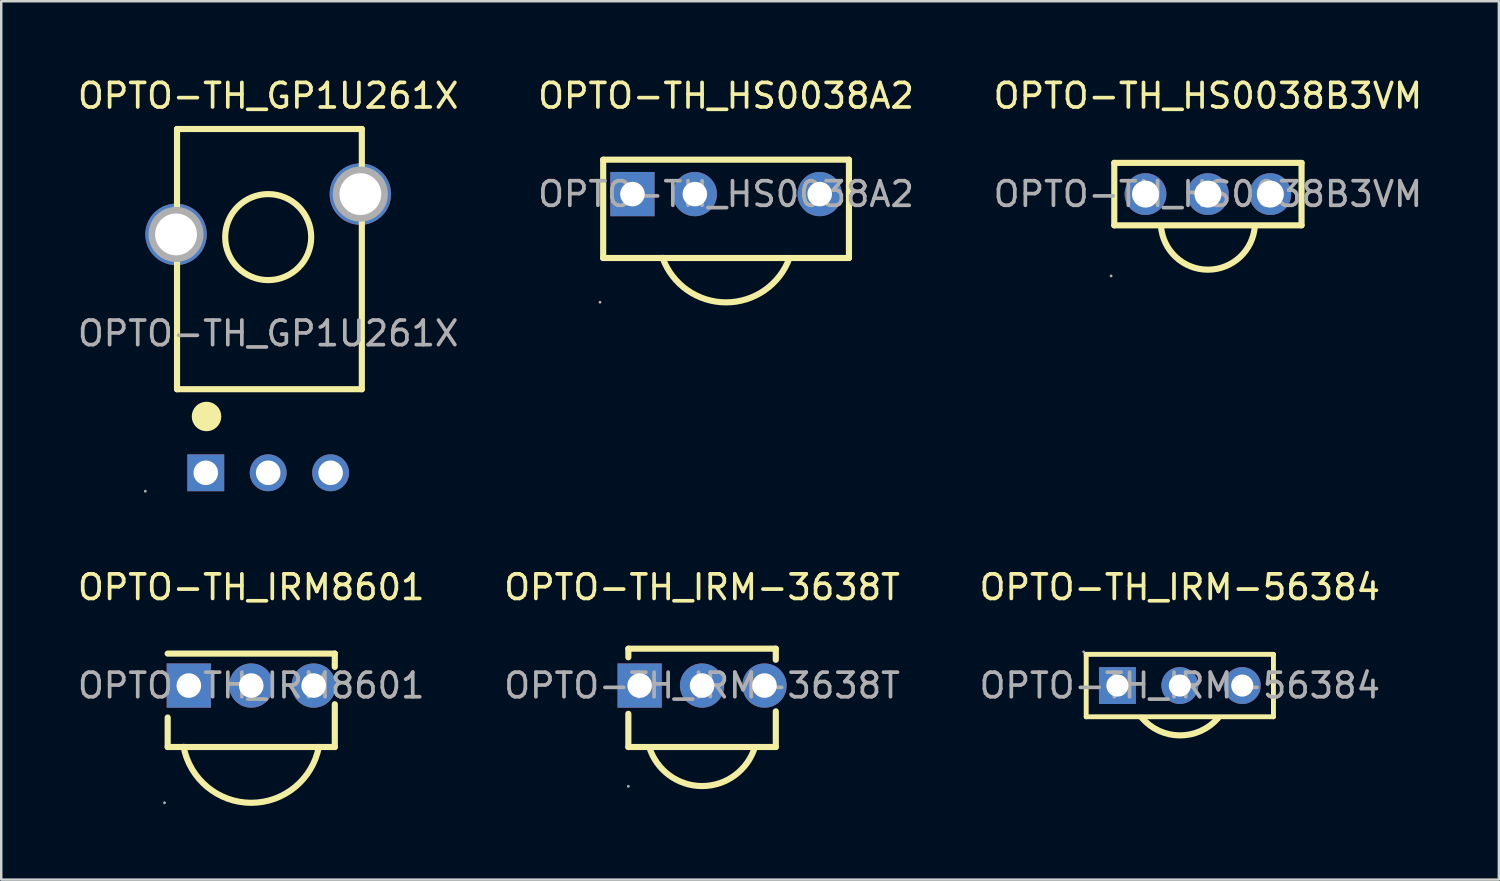
<source format=kicad_pcb>
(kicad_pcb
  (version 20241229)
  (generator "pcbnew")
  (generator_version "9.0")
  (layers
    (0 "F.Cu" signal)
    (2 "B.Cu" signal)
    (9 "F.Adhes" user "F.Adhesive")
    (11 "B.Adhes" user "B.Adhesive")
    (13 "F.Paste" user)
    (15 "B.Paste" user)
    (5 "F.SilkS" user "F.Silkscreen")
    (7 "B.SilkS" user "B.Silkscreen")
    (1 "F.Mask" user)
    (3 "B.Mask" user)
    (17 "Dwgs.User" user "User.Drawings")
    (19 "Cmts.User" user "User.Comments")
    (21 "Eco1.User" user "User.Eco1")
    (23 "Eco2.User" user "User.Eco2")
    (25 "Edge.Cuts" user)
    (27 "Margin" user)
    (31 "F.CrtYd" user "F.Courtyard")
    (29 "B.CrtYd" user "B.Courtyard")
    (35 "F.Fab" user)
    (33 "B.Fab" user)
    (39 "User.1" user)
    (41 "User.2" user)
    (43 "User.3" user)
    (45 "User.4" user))
  (footprint "OPTO-TH_IRM8601"
    (layer "F.Cu")
    (at 7.173 24.846)
    (property "Reference" "OPTO-TH_IRM8601" (at 0 -4 0) (layer "F.SilkS") (effects (font (size 1 1) (thickness 0.15))))
    (attr through_hole)
    (fp_line (start -3.4 -1.3) (end 3.4 -1.3) (stroke (width 0.25) (type solid)) (layer "F.SilkS"))
    (fp_line (start -3.4 1.3) (end -3.4 2.5) (stroke (width 0.25) (type solid)) (layer "F.SilkS"))
    (fp_line (start -3.4 2.5) (end 3.4 2.5) (stroke (width 0.25) (type solid)) (layer "F.SilkS"))
    (fp_line (start 3.4 -0.76) (end 3.4 -1.3) (stroke (width 0.25) (type solid)) (layer "F.SilkS"))
    (fp_line (start 3.4 2.5) (end 3.4 0.76) (stroke (width 0.25) (type solid)) (layer "F.SilkS"))
    (fp_arc (start 2.75 2.5) (mid -0.003114 4.770605) (end -2.751172 2.493883) (stroke (width 0.25) (type solid)) (layer "F.SilkS"))
    (fp_circle (center -3.53 4.77) (end -3.5 4.77) (stroke (width 0.06) (type solid)) (fill no) (layer "F.Fab"))
    (fp_circle (center -2.54 0) (end -2.34 0) (stroke (width 0.4) (type solid)) (fill no) (layer "F.Fab"))
    (fp_circle (center 0 0) (end 0.2 0) (stroke (width 0.4) (type solid)) (fill no) (layer "F.Fab"))
    (fp_circle (center 2.54 0) (end 2.74 0) (stroke (width 0.4) (type solid)) (fill no) (layer "F.Fab"))
    (fp_text user "${REFERENCE}" (at 0 0 0) (layer "F.Fab") (effects (font (size 1 1) (thickness 0.15))))
    (pad "1" thru_hole rect (at -2.54 0) (size 1.8 1.8) (drill 1) (layers "*.Cu" "*.Paste" "*.Mask"))
    (pad "2" thru_hole circle (at 0 0) (size 1.8 1.8) (drill 1) (layers "*.Cu" "*.Paste" "*.Mask"))
    (pad "3" thru_hole circle (at 2.54 0) (size 1.8 1.8) (drill 1) (layers "*.Cu" "*.Paste" "*.Mask")))
  (footprint "OPTO-TH_HS0038A2"
    (layer "F.Cu")
    (at 26.494 4.848)
    (property "Reference" "OPTO-TH_HS0038A2" (at 0 -4 0) (layer "F.SilkS") (effects (font (size 1 1) (thickness 0.15))))
    (attr through_hole)
    (fp_line (start -5 -1.4) (end -5 2.6) (stroke (width 0.25) (type solid)) (layer "F.SilkS"))
    (fp_line (start -5 2.6) (end 5 2.6) (stroke (width 0.25) (type solid)) (layer "F.SilkS"))
    (fp_line (start 5 -1.4) (end -5 -1.4) (stroke (width 0.25) (type solid)) (layer "F.SilkS"))
    (fp_line (start 5 2.6) (end 5 -1.4) (stroke (width 0.25) (type solid)) (layer "F.SilkS"))
    (fp_arc (start 2.58 2.6) (mid -0.003295 4.405904) (end -2.582249 2.593805) (stroke (width 0.25) (type solid)) (layer "F.SilkS"))
    (fp_circle (center -5.13 4.4) (end -5.1 4.4) (stroke (width 0.06) (type solid)) (fill no) (layer "F.Fab"))
    (fp_circle (center -3.81 0) (end -3.61 0) (stroke (width 0.4) (type solid)) (fill no) (layer "F.Fab"))
    (fp_circle (center -1.27 0) (end -1.07 0) (stroke (width 0.4) (type solid)) (fill no) (layer "F.Fab"))
    (fp_circle (center 3.81 0) (end 4.01 0) (stroke (width 0.4) (type solid)) (fill no) (layer "F.Fab"))
    (fp_text user "${REFERENCE}" (at 0 0 0) (layer "F.Fab") (effects (font (size 1 1) (thickness 0.15))))
    (pad "1" thru_hole rect (at -3.81 0) (size 1.8 1.8) (drill 1) (layers "*.Cu" "*.Paste" "*.Mask"))
    (pad "2" thru_hole circle (at -1.27 0) (size 1.8 1.8) (drill 1) (layers "*.Cu" "*.Paste" "*.Mask"))
    (pad "3" thru_hole circle (at 3.81 0) (size 1.8 1.8) (drill 1) (layers "*.Cu" "*.Paste" "*.Mask")))
  (footprint "OPTO-TH_GP1U261X"
    (layer "F.Cu")
    (at 7.863 10.518)
    (property "Reference" "OPTO-TH_GP1U261X" (at 0 -9.67 0) (layer "F.SilkS") (effects (font (size 1 1) (thickness 0.15))))
    (attr through_hole)
    (fp_line (start -3.71 -8.32) (end 3.81 -8.32) (stroke (width 0.25) (type solid)) (layer "F.SilkS"))
    (fp_line (start -3.71 2.27) (end -3.71 -8.32) (stroke (width 0.25) (type solid)) (layer "F.SilkS"))
    (fp_line (start 3.81 -8.32) (end 3.81 2.27) (stroke (width 0.25) (type solid)) (layer "F.SilkS"))
    (fp_line (start 3.81 2.27) (end -3.71 2.27) (stroke (width 0.25) (type solid)) (layer "F.SilkS"))
    (fp_arc (start -2.21 3.39) (mid -2.810125 3.375001) (end -2.209833 3.379996) (stroke (width 0.6) (type solid)) (layer "F.SilkS"))
    (fp_circle (center 0 -3.92) (end 1.75 -3.92) (stroke (width 0.25) (type solid)) (fill no) (layer "F.SilkS"))
    (fp_circle (center -5 6.42) (end -4.97 6.42) (stroke (width 0.06) (type solid)) (fill no) (layer "F.Fab"))
    (fp_circle (center -3.75 -4.03) (end -3.38 -4.03) (stroke (width 0.75) (type solid)) (fill no) (layer "F.Fab"))
    (fp_circle (center -2.54 5.67) (end -2.34 5.67) (stroke (width 0.4) (type solid)) (fill no) (layer "F.Fab"))
    (fp_circle (center 0 5.67) (end 0.2 5.67) (stroke (width 0.4) (type solid)) (fill no) (layer "F.Fab"))
    (fp_circle (center 2.54 5.67) (end 2.74 5.67) (stroke (width 0.4) (type solid)) (fill no) (layer "F.Fab"))
    (fp_circle (center 3.75 -5.67) (end 4.12 -5.67) (stroke (width 0.75) (type solid)) (fill no) (layer "F.Fab"))
    (fp_text user "${REFERENCE}" (at 0 0 0) (layer "F.Fab") (effects (font (size 1 1) (thickness 0.15))))
    (pad "1" thru_hole rect (at -2.54 5.67 270) (size 1.5 1.5) (drill 1) (layers "*.Cu" "*.Paste" "*.Mask"))
    (pad "2" thru_hole circle (at 0 5.67 270) (size 1.5 1.5) (drill 1) (layers "*.Cu" "*.Paste" "*.Mask"))
    (pad "3" thru_hole circle (at 2.54 5.67 270) (size 1.5 1.5) (drill 1) (layers "*.Cu" "*.Paste" "*.Mask"))
    (pad "4" thru_hole circle (at -3.75 -4.03) (size 2.5 2.5) (drill 1.7) (layers "*.Cu" "*.Paste" "*.Mask"))
    (pad "5" thru_hole circle (at 3.75 -5.67) (size 2.5 2.5) (drill 1.7) (layers "*.Cu" "*.Paste" "*.Mask")))
  (footprint "OPTO-TH_IRM-56384"
    (layer "F.Cu")
    (at 44.958 24.846)
    (property "Reference" "OPTO-TH_IRM-56384" (at 0 -4 0) (layer "F.SilkS") (effects (font (size 1 1) (thickness 0.15))))
    (attr through_hole)
    (fp_line (start -3.81 -1.27) (end 3.81 -1.27) (stroke (width 0.2) (type solid)) (layer "F.SilkS"))
    (fp_line (start -3.81 1.27) (end -3.81 -1.27) (stroke (width 0.2) (type solid)) (layer "F.SilkS"))
    (fp_line (start 3.81 -1.27) (end 3.81 1.27) (stroke (width 0.2) (type solid)) (layer "F.SilkS"))
    (fp_line (start 3.81 1.27) (end -3.81 1.27) (stroke (width 0.2) (type solid)) (layer "F.SilkS"))
    (fp_arc (start 1.55 1.33) (mid -0.002816 2.02791) (end -1.546776 1.31062) (stroke (width 0.25) (type solid)) (layer "F.SilkS"))
    (fp_circle (center -3.91 -1.37) (end -3.88 -1.37) (stroke (width 0.06) (type solid)) (fill no) (layer "F.Fab"))
    (fp_circle (center -2.54 0) (end -2.36 0) (stroke (width 0.35) (type solid)) (fill no) (layer "F.Fab"))
    (fp_circle (center 0 0) (end 0.18 0) (stroke (width 0.35) (type solid)) (fill no) (layer "F.Fab"))
    (fp_circle (center 2.54 0) (end 2.72 0) (stroke (width 0.35) (type solid)) (fill no) (layer "F.Fab"))
    (fp_text user "${REFERENCE}" (at 0 0 0) (layer "F.Fab") (effects (font (size 1 1) (thickness 0.15))))
    (pad "1" thru_hole rect (at -2.54 0) (size 1.5 1.5) (drill 0.9) (layers "*.Cu" "*.Paste" "*.Mask"))
    (pad "2" thru_hole circle (at 0 0) (size 1.5 1.5) (drill 0.9) (layers "*.Cu" "*.Paste" "*.Mask"))
    (pad "3" thru_hole circle (at 2.54 0) (size 1.5 1.5) (drill 0.9) (layers "*.Cu" "*.Paste" "*.Mask")))
  (footprint "OPTO-TH_HS0038B3VM"
    (layer "F.Cu")
    (at 46.101 4.848)
    (property "Reference" "OPTO-TH_HS0038B3VM" (at 0 -4 0) (layer "F.SilkS") (effects (font (size 1 1) (thickness 0.15))))
    (attr through_hole)
    (fp_line (start -3.81 -1.27) (end 3.81 -1.27) (stroke (width 0.25) (type solid)) (layer "F.SilkS"))
    (fp_line (start -3.81 1.27) (end -3.81 -1.27) (stroke (width 0.25) (type solid)) (layer "F.SilkS"))
    (fp_line (start 3.81 -1.27) (end 3.81 1.27) (stroke (width 0.25) (type solid)) (layer "F.SilkS"))
    (fp_line (start 3.81 1.27) (end -3.81 1.27) (stroke (width 0.25) (type solid)) (layer "F.SilkS"))
    (fp_arc (start 1.910228 1.296853) (mid 0.001578 3.075123) (end -1.91 1.3) (stroke (width 0.25) (type solid)) (layer "F.SilkS"))
    (fp_circle (center -3.94 3.33) (end -3.91 3.33) (stroke (width 0.06) (type solid)) (fill no) (layer "F.Fab"))
    (fp_circle (center -2.54 0) (end -2.31 0) (stroke (width 0.45) (type solid)) (fill no) (layer "F.Fab"))
    (fp_circle (center 0 0) (end 0.23 0) (stroke (width 0.45) (type solid)) (fill no) (layer "F.Fab"))
    (fp_circle (center 2.54 0) (end 2.77 0) (stroke (width 0.45) (type solid)) (fill no) (layer "F.Fab"))
    (fp_text user "${REFERENCE}" (at 0 0 0) (layer "F.Fab") (effects (font (size 1 1) (thickness 0.15))))
    (pad "1" thru_hole circle (at -2.54 0) (size 1.7 1.7) (drill 1.1) (layers "*.Cu" "*.Paste" "*.Mask"))
    (pad "2" thru_hole circle (at 0 0) (size 1.7 1.7) (drill 1.1) (layers "*.Cu" "*.Paste" "*.Mask"))
    (pad "3" thru_hole circle (at 2.54 0) (size 1.7 1.7) (drill 1.1) (layers "*.Cu" "*.Paste" "*.Mask")))
  (footprint "OPTO-TH_IRM-3638T"
    (layer "F.Cu")
    (at 25.518 24.846)
    (property "Reference" "OPTO-TH_IRM-3638T" (at 0 -4 0) (layer "F.SilkS") (effects (font (size 1 1) (thickness 0.15))))
    (attr through_hole)
    (fp_line (start -3 -1.5) (end 3 -1.5) (stroke (width 0.25) (type solid)) (layer "F.SilkS"))
    (fp_line (start -3 -1.15) (end -3 -1.5) (stroke (width 0.25) (type solid)) (layer "F.SilkS"))
    (fp_line (start -3 2.5) (end -3 1.15) (stroke (width 0.25) (type solid)) (layer "F.SilkS"))
    (fp_line (start -3 2.5) (end 3 2.5) (stroke (width 0.25) (type solid)) (layer "F.SilkS"))
    (fp_line (start 3 -1.05) (end 3 -1.5) (stroke (width 0.25) (type solid)) (layer "F.SilkS"))
    (fp_line (start 3 2.5) (end 3 1.05) (stroke (width 0.25) (type solid)) (layer "F.SilkS"))
    (fp_arc (start 2.15 2.5) (mid 0.00313 4.08902) (end -2.148155 2.505981) (stroke (width 0.25) (type solid)) (layer "F.SilkS"))
    (fp_circle (center -3 4.1) (end -2.97 4.1) (stroke (width 0.06) (type solid)) (fill no) (layer "F.Fab"))
    (fp_text user "${REFERENCE}" (at 0 0 0) (layer "F.Fab") (effects (font (size 1 1) (thickness 0.15))))
    (pad "1" thru_hole rect (at -2.54 0) (size 1.8 1.8) (drill 1) (layers "*.Cu" "*.Paste" "*.Mask"))
    (pad "2" thru_hole circle (at 0 0) (size 1.8 1.8) (drill 1) (layers "*.Cu" "*.Paste" "*.Mask"))
    (pad "3" thru_hole circle (at 2.54 0) (size 1.8 1.8) (drill 1) (layers "*.Cu" "*.Paste" "*.Mask")))
  (gr_rect
    (start -3 -3)
    (end 57.94 32.742)
    (stroke (width 0.1) (type default))
    (fill no)
    (layer "Edge.Cuts")))
</source>
